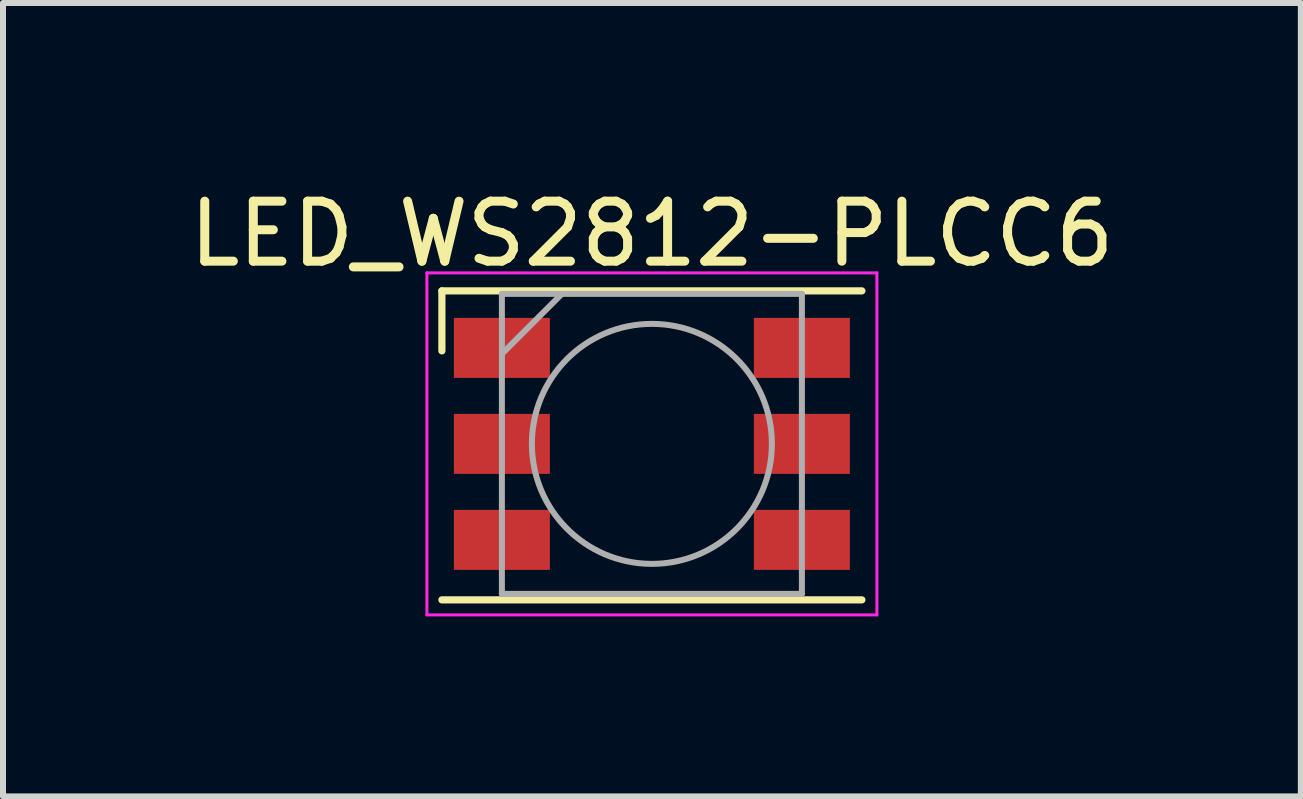
<source format=kicad_pcb>
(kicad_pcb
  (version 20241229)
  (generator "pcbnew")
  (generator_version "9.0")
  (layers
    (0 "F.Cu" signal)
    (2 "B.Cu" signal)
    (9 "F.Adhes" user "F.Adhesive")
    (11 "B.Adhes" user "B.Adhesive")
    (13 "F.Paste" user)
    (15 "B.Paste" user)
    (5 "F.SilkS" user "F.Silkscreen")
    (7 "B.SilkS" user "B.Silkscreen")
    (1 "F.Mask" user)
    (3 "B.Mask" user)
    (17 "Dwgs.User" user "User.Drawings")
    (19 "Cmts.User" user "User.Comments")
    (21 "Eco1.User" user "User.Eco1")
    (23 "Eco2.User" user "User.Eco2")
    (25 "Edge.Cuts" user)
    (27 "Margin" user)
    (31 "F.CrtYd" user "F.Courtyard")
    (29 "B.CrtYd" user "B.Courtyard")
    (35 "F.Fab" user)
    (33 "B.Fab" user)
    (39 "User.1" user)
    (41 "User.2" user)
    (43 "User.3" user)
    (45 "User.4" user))
  (footprint "LED_WS2812-PLCC6"
    (layer "F.Cu")
    (at 7.815 4.348)
    (property "Reference" "LED_WS2812-PLCC6" (at 0 -3.5 0) (layer "F.SilkS") (effects (font (size 1 1) (thickness 0.15))))
    (attr smd)
    (fp_line (start -3.5 -2.55) (end 3.5 -2.55) (stroke (width 0.12) (type solid)) (layer "F.SilkS"))
    (fp_line (start -3.5 -1.55) (end -3.5 -2.55) (stroke (width 0.12) (type solid)) (layer "F.SilkS"))
    (fp_line (start -3.5 2.6) (end 3.5 2.6) (stroke (width 0.12) (type solid)) (layer "F.SilkS"))
    (fp_line (start -3.75 -2.85) (end -3.75 2.85) (stroke (width 0.05) (type solid)) (layer "F.CrtYd"))
    (fp_line (start -3.75 2.85) (end 3.75 2.85) (stroke (width 0.05) (type solid)) (layer "F.CrtYd"))
    (fp_line (start 3.75 -2.85) (end -3.75 -2.85) (stroke (width 0.05) (type solid)) (layer "F.CrtYd"))
    (fp_line (start 3.75 2.85) (end 3.75 -2.85) (stroke (width 0.05) (type solid)) (layer "F.CrtYd"))
    (fp_line (start -2.5 -2.5) (end 2.5 -2.5) (stroke (width 0.1) (type solid)) (layer "F.Fab"))
    (fp_line (start -2.5 -1.5) (end -1.5 -2.5) (stroke (width 0.1) (type solid)) (layer "F.Fab"))
    (fp_line (start -2.5 2.5) (end -2.5 -2.5) (stroke (width 0.1) (type solid)) (layer "F.Fab"))
    (fp_line (start 2.5 -2.5) (end 2.5 2.5) (stroke (width 0.1) (type solid)) (layer "F.Fab"))
    (fp_line (start 2.5 2.5) (end -2.5 2.5) (stroke (width 0.1) (type solid)) (layer "F.Fab"))
    (fp_circle (center 0 0) (end 0 -2) (stroke (width 0.1) (type solid)) (fill no) (layer "F.Fab"))
    (pad "1" smd rect (at -2.5 -1.6) (size 1.6 1) (layers "F.Cu" "F.Mask" "F.Paste"))
    (pad "2" smd rect (at -2.5 0) (size 1.6 1) (layers "F.Cu" "F.Mask" "F.Paste"))
    (pad "3" smd rect (at -2.5 1.6) (size 1.6 1) (layers "F.Cu" "F.Mask" "F.Paste"))
    (pad "4" smd rect (at 2.5 1.6) (size 1.6 1) (layers "F.Cu" "F.Mask" "F.Paste"))
    (pad "5" smd rect (at 2.5 0) (size 1.6 1) (layers "F.Cu" "F.Mask" "F.Paste"))
    (pad "6" smd rect (at 2.5 -1.6) (size 1.6 1) (layers "F.Cu" "F.Mask" "F.Paste")))
  (gr_rect
    (start -3 -3)
    (end 18.631 10.223)
    (stroke (width 0.1) (type default))
    (fill no)
    (layer "Edge.Cuts")))
</source>
